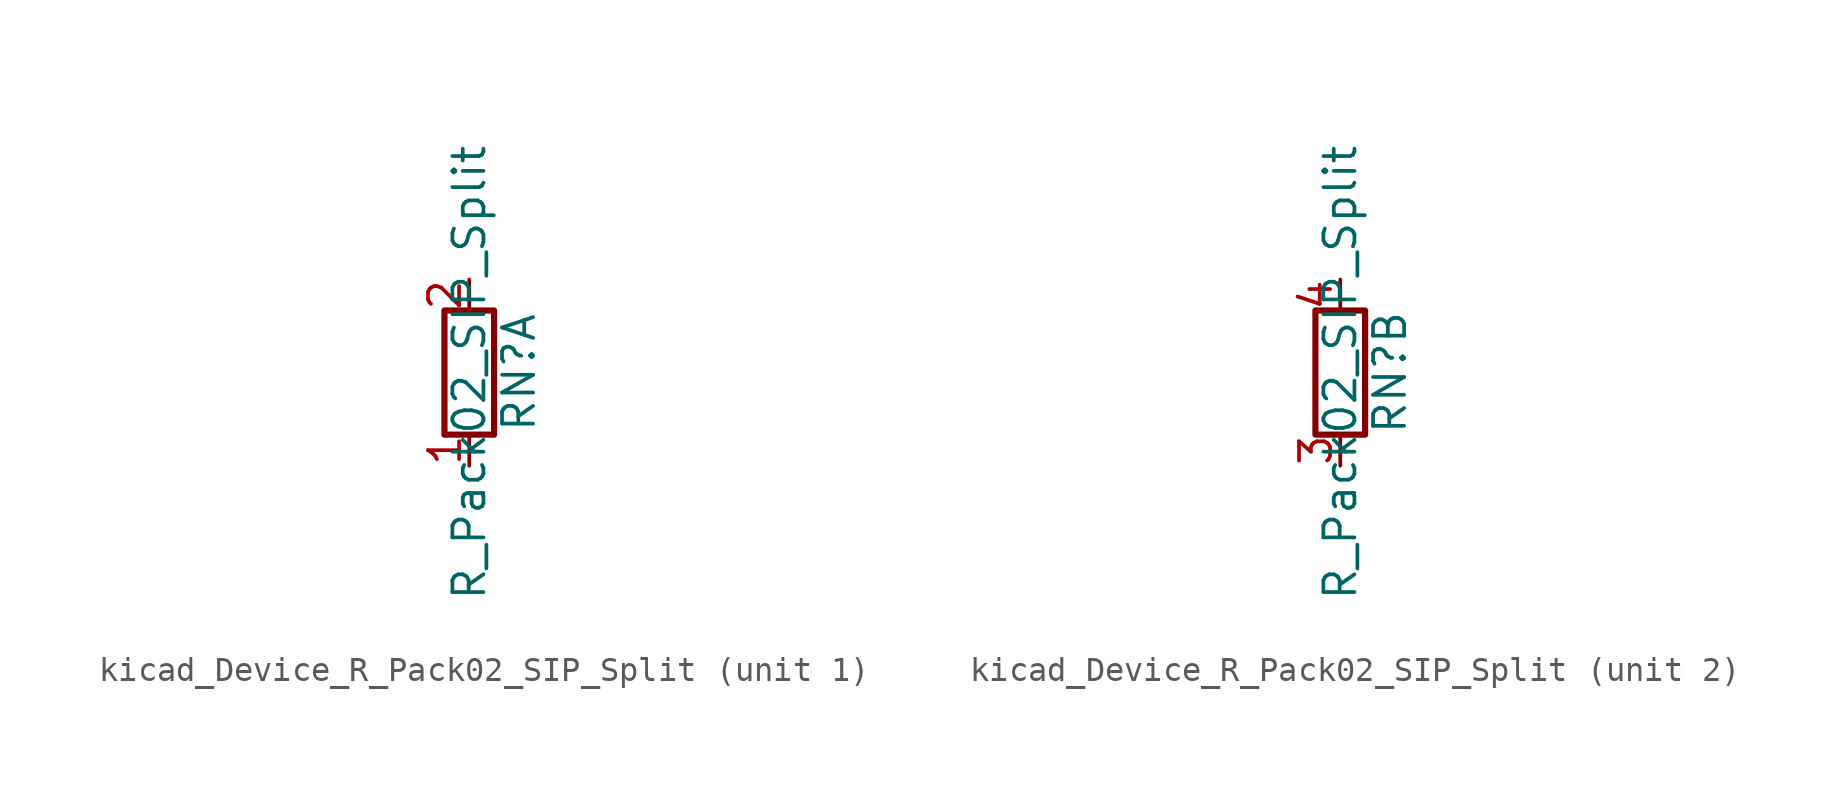
<source format=kicad_sym>
(kicad_symbol_lib
  (version 20220914)
  (generator kicad_symbol_editor)
  (symbol "kicad_Device_R_Pack02_SIP_Split"
    (pin_names
      (offset 0) hide)
    (property "Reference" "RN"
      (at 2.032 0 90)
      (effects (font (size 1.27 1.27))))
    (property "Value" "R_Pack02_SIP_Split"
      (at 0 0 90)
      (effects (font (size 1.27 1.27))))
    (symbol "kicad_Device_R_Pack02_SIP_Split_0_1"
      (rectangle (start 1.016 2.54) (end -1.016 -2.54) (stroke (width 0.254) (type default)) (fill (type none))))
    (symbol "kicad_Device_R_Pack02_SIP_Split_1_1"
      (pin passive line (at 0 -3.81 90) (length 1.27) (name "R1.1" (effects (font (size 1.27 1.27)))) (number "1" (effects (font (size 1.27 1.27)))))
      (pin passive line (at 0 3.81 270) (length 1.27) (name "R1.2" (effects (font (size 1.27 1.27)))) (number "2" (effects (font (size 1.27 1.27))))))
    (symbol "kicad_Device_R_Pack02_SIP_Split_2_1"
      (pin passive line (at 0 -3.81 90) (length 1.27) (name "R2.1" (effects (font (size 1.27 1.27)))) (number "3" (effects (font (size 1.27 1.27)))))
      (pin passive line (at 0 3.81 270) (length 1.27) (name "R2.2" (effects (font (size 1.27 1.27)))) (number "4" (effects (font (size 1.27 1.27))))))))
</source>
